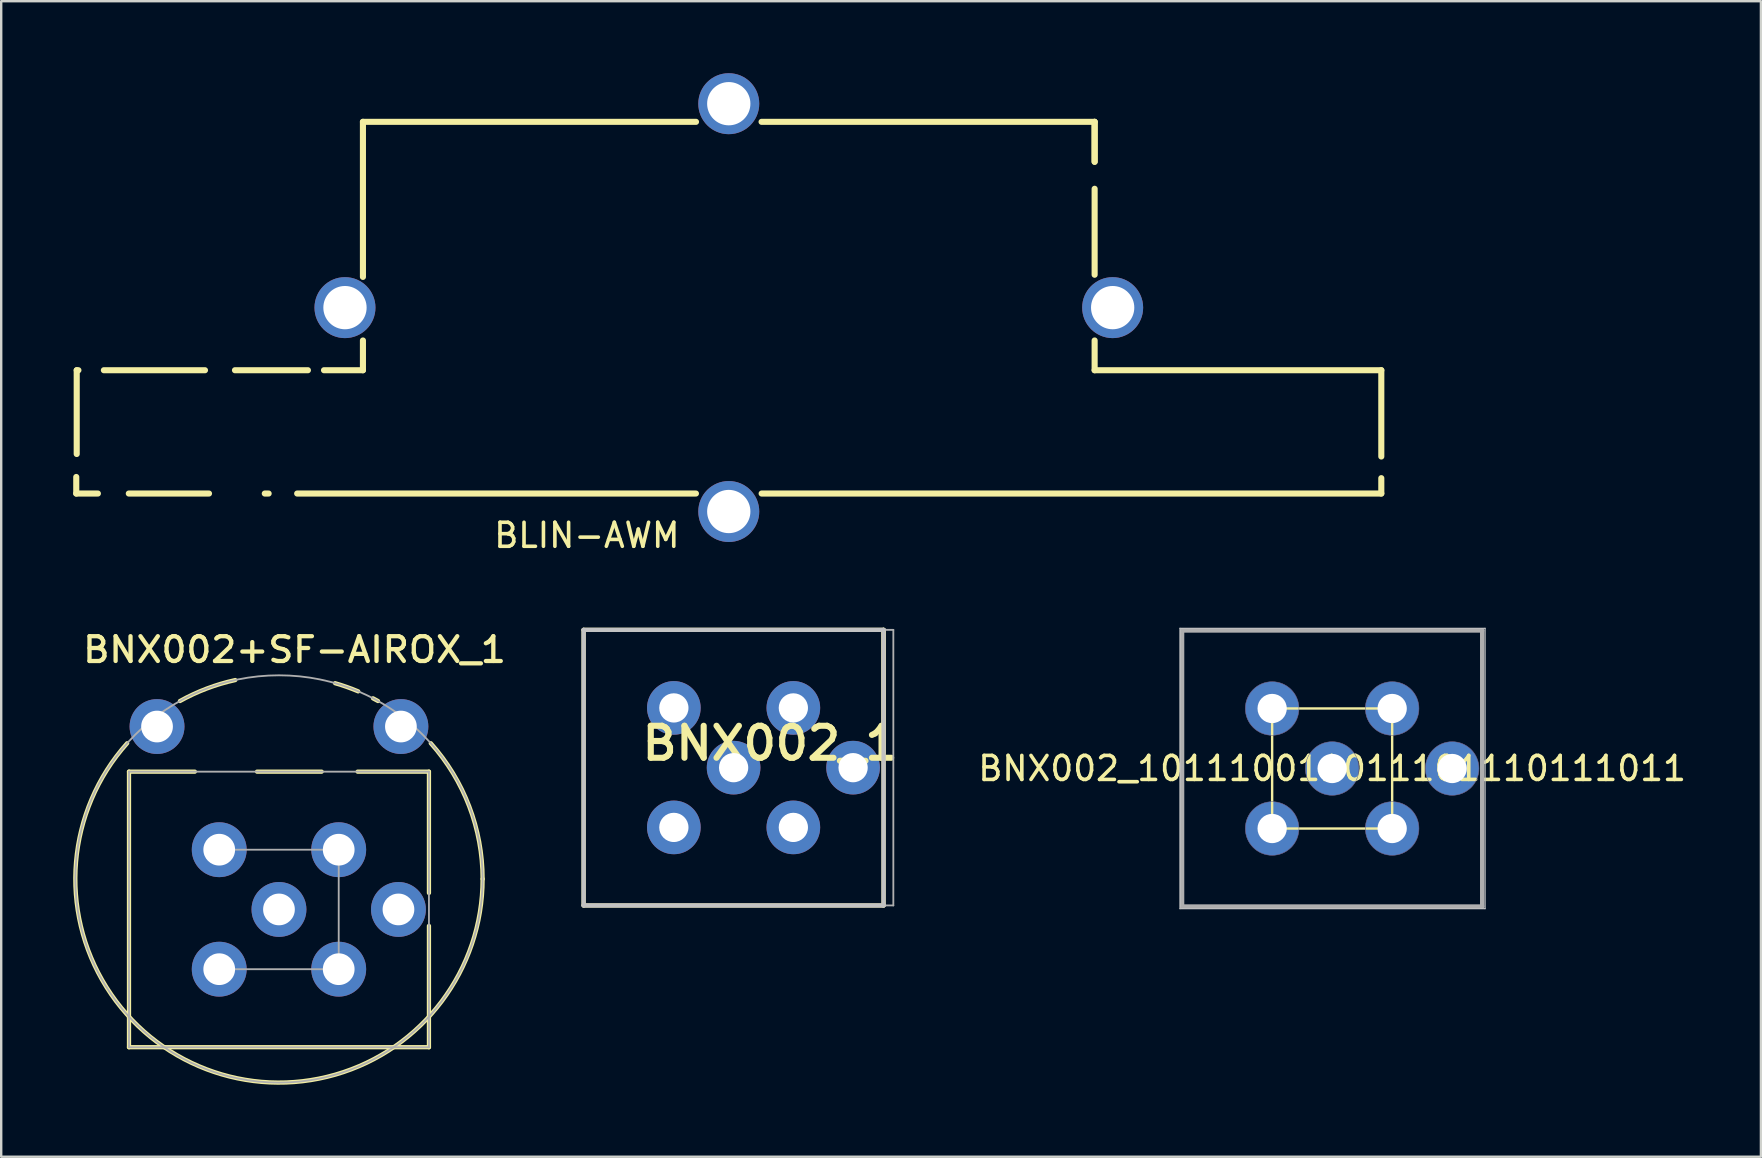
<source format=kicad_pcb>
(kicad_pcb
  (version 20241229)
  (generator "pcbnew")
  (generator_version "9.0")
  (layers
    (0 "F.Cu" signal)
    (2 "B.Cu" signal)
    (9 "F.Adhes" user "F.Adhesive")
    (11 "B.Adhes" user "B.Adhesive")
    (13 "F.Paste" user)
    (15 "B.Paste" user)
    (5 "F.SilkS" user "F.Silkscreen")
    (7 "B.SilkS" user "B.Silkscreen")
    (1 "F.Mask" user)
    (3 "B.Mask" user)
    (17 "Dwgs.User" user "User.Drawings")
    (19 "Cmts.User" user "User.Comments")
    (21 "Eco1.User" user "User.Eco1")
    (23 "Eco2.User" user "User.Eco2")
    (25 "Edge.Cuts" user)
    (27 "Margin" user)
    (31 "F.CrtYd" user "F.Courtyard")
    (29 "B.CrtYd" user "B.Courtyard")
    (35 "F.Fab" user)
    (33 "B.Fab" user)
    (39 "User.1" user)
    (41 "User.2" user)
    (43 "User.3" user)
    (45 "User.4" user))
  (footprint "BNX002_101110011011101110111011"
    (placed yes)
    (layer "F.Cu")
    (at 52.448 28.966)
    (property "Reference" "BNX002_101110011011101110111011" (at 0 0 0) (layer "F.SilkS") (effects (font (size 1 1) (thickness 0.15))))
    (attr through_hole)
    (fp_line (start -6.25 -5.75) (end -6.25 5.75) (stroke (width 0.1) (type solid)) (layer "F.SilkS"))
    (fp_line (start -6.25 5.75) (end 6.25 5.75) (stroke (width 0.1) (type solid)) (layer "F.SilkS"))
    (fp_line (start -2.5 -2.5) (end -2.5 2.5) (stroke (width 0.1) (type solid)) (layer "F.SilkS"))
    (fp_line (start -2.5 2.5) (end 2.5 2.5) (stroke (width 0.1) (type solid)) (layer "F.SilkS"))
    (fp_line (start 2.5 -2.5) (end -2.5 -2.5) (stroke (width 0.1) (type solid)) (layer "F.SilkS"))
    (fp_line (start 2.5 2.5) (end 2.5 -2.5) (stroke (width 0.1) (type solid)) (layer "F.SilkS"))
    (fp_line (start 6.25 -5.75) (end -6.25 -5.75) (stroke (width 0.1) (type solid)) (layer "F.SilkS"))
    (fp_line (start 6.25 5.75) (end 6.25 -5.75) (stroke (width 0.1) (type solid)) (layer "F.SilkS"))
    (fp_line (start -6.34 -5.84) (end 6.372 -5.84) (stroke (width 0.05) (type solid)) (layer "Dwgs.User"))
    (fp_line (start -6.34 5.84) (end -6.34 -5.84) (stroke (width 0.05) (type solid)) (layer "Dwgs.User"))
    (fp_line (start 6.372 -5.84) (end 6.372 5.84) (stroke (width 0.05) (type solid)) (layer "Dwgs.User"))
    (fp_line (start 6.372 5.84) (end -6.34 5.84) (stroke (width 0.05) (type solid)) (layer "Dwgs.User"))
    (fp_arc (start -1.3824 -2.5) (mid -3.6176 -2.5) (end -1.3824 -2.5) (stroke (width 0.02) (type solid)) (layer "B.Fab"))
    (fp_arc (start -1.3824 2.5) (mid -3.6176 2.5) (end -1.3824 2.5) (stroke (width 0.02) (type solid)) (layer "B.Fab"))
    (fp_arc (start 1.1176 0) (mid -1.1176 0) (end 1.1176 0) (stroke (width 0.02) (type solid)) (layer "B.Fab"))
    (fp_arc (start 3.6176 -2.5) (mid 1.3824 -2.5) (end 3.6176 -2.5) (stroke (width 0.02) (type solid)) (layer "B.Fab"))
    (fp_arc (start 3.6176 2.5) (mid 1.3824 2.5) (end 3.6176 2.5) (stroke (width 0.02) (type solid)) (layer "B.Fab"))
    (fp_arc (start 6.1176 0) (mid 3.8824 0) (end 6.1176 0) (stroke (width 0.02) (type solid)) (layer "B.Fab"))
    (fp_line (start -6.25 -5.75) (end -6.25 5.75) (stroke (width 0.18) (type solid)) (layer "F.Fab"))
    (fp_line (start -6.25 5.75) (end 6.25 5.75) (stroke (width 0.18) (type solid)) (layer "F.Fab"))
    (fp_line (start 6.25 -5.75) (end -6.25 -5.75) (stroke (width 0.18) (type solid)) (layer "F.Fab"))
    (fp_line (start 6.25 5.75) (end 6.25 -5.75) (stroke (width 0.18) (type solid)) (layer "F.Fab"))
    (fp_poly (pts (xy -6.25 5.75) (xy -6.25 -5.75) (xy 6.25 -5.75) (xy 6.25 5.75) (xy -6.25 5.75)) (stroke (width 0.02) (type solid)) (fill no) (layer "F.Fab"))
    (pad "B" thru_hole circle (at 2.5 -2.5) (size 2.235 2.235) (drill 1.219) (layers "*.Cu" "*.Mask"))
    (pad "CB" thru_hole circle (at 2.5 2.5) (size 2.235 2.235) (drill 1.219) (layers "*.Cu" "*.Mask"))
    (pad "CG1" thru_hole circle (at -2.5 2.5) (size 2.235 2.235) (drill 1.219) (layers "*.Cu" "*.Mask"))
    (pad "CG2" thru_hole circle (at 0 0) (size 2.235 2.235) (drill 1.219) (layers "*.Cu" "*.Mask"))
    (pad "CG3" thru_hole circle (at 5 0) (size 2.235 2.235) (drill 1.219) (layers "*.Cu" "*.Mask"))
    (pad "PSG" thru_hole circle (at -2.5 -2.5) (size 2.235 2.235) (drill 1.219) (layers "*.Cu" "*.Mask")))
  (footprint "BNX002+SF-AIROX_1"
    (layer "F.Cu")
    (at 8.572 34.838)
    (property "Reference" "BNX002+SF-AIROX_1" (at 0.648 -10.82 0) (unlocked yes) (layer "F.SilkS") (effects (font (size 1.033 1.087) (thickness 0.178))))
    (attr smd)
    (fp_line (start -6.248 -5.74) (end -3.505 -5.74) (stroke (width 0.178) (type solid)) (layer "F.SilkS"))
    (fp_line (start -6.248 5.74) (end -6.248 -5.74) (stroke (width 0.178) (type solid)) (layer "F.SilkS"))
    (fp_line (start -6.248 5.74) (end 6.248 5.74) (stroke (width 0.178) (type solid)) (layer "F.SilkS"))
    (fp_line (start -0.914 -5.74) (end 1.778 -5.74) (stroke (width 0.178) (type solid)) (layer "F.SilkS"))
    (fp_line (start 3.277 -5.74) (end 6.248 -5.74) (stroke (width 0.178) (type solid)) (layer "F.SilkS"))
    (fp_line (start 6.248 -0.686) (end 6.248 -5.74) (stroke (width 0.178) (type solid)) (layer "F.SilkS"))
    (fp_line (start 6.248 5.74) (end 6.248 0.686) (stroke (width 0.178) (type solid)) (layer "F.SilkS"))
    (fp_arc (start -4.125875 -8.682734) (mid -3.005664 -9.203313) (end -1.821729 -9.555697) (stroke (width 0.1778) (type solid)) (layer "F.SilkS"))
    (fp_arc (start 2.338397 -9.42496) (mid 2.824904 -9.269462) (end 3.301172 -9.084969) (stroke (width 0.1778) (type solid)) (layer "F.SilkS"))
    (fp_arc (start 3.917291 -8.795045) (mid 4.021975 -8.739618) (end 4.125875 -8.682734) (stroke (width 0.1778) (type solid)) (layer "F.SilkS"))
    (fp_arc (start 6.32432 -6.924595) (mid 7.925417 -4.296423) (end 8.4836 -1.27) (stroke (width 0.1778) (type solid)) (layer "F.SilkS"))
    (fp_arc (start 8.4836 -1.27) (mid -3.026423 6.655417) (end -6.32432 -6.924595) (stroke (width 0.1778) (type solid)) (layer "F.SilkS"))
    (fp_line (start -6.248 -5.74) (end 6.248 -5.74) (stroke (width 0.076) (type solid)) (layer "F.Fab"))
    (fp_line (start -6.248 5.74) (end -6.248 -5.74) (stroke (width 0.076) (type solid)) (layer "F.Fab"))
    (fp_line (start -6.248 5.74) (end 6.248 5.74) (stroke (width 0.076) (type solid)) (layer "F.Fab"))
    (fp_line (start -2.489 -2.489) (end 2.489 -2.489) (stroke (width 0.076) (type solid)) (layer "F.Fab"))
    (fp_line (start -2.489 2.489) (end 2.489 2.489) (stroke (width 0.076) (type solid)) (layer "F.Fab"))
    (fp_line (start 2.489 2.489) (end 2.489 -2.489) (stroke (width 0.076) (type solid)) (layer "F.Fab"))
    (fp_line (start 6.248 5.74) (end 6.248 -5.74) (stroke (width 0.076) (type solid)) (layer "F.Fab"))
    (fp_circle (center 0 -1.27) (end 8.484 -1.27) (stroke (width 0.076) (type solid)) (fill no) (layer "F.Fab"))
    (pad "1" thru_hole circle (at -5.08 -7.62) (size 2.286 2.286) (drill 1.321) (layers "*.Cu" "*.Mask"))
    (pad "4" thru_hole circle (at 5.08 -7.62) (size 2.286 2.286) (drill 1.321) (layers "*.Cu" "*.Mask"))
    (pad "B" thru_hole circle (at 2.489 -2.489) (size 2.286 2.286) (drill 1.321) (layers "*.Cu" "*.Mask"))
    (pad "CB" thru_hole circle (at 2.489 2.489) (size 2.286 2.286) (drill 1.321) (layers "*.Cu" "*.Mask"))
    (pad "CG1" thru_hole circle (at -2.489 2.489) (size 2.286 2.286) (drill 1.321) (layers "*.Cu" "*.Mask"))
    (pad "CG2" thru_hole circle (at 0 0) (size 2.286 2.286) (drill 1.321) (layers "*.Cu" "*.Mask"))
    (pad "CG3" thru_hole circle (at 4.978 0) (size 2.286 2.286) (drill 1.321) (layers "*.Cu" "*.Mask"))
    (pad "PSG" thru_hole circle (at -2.489 -2.489) (size 2.286 2.286) (drill 1.321) (layers "*.Cu" "*.Mask")))
  (footprint "BLIN-AWM"
    (layer "F.Cu")
    (at 27.313 13.373)
    (property "Reference" "BLIN-AWM" (at -5.913 5.88 0) (layer "F.SilkS") (effects (font (size 1 1) (thickness 0.15))))
    (attr through_hole)
    (fp_line (start -27.186 3.448) (end -27.186 4.138) (stroke (width 0.254) (type solid)) (layer "F.SilkS"))
    (fp_line (start -27.186 4.138) (end -26.285 4.138) (stroke (width 0.254) (type solid)) (layer "F.SilkS"))
    (fp_line (start -27.167 -0.999) (end -27.167 2.491) (stroke (width 0.254) (type solid)) (layer "F.SilkS"))
    (fp_line (start -27.096 -0.999) (end -27.167 -0.999) (stroke (width 0.254) (type solid)) (layer "F.SilkS"))
    (fp_line (start -24.997 4.138) (end -21.656 4.138) (stroke (width 0.254) (type solid)) (layer "F.SilkS"))
    (fp_line (start -21.823 -0.999) (end -26.036 -0.999) (stroke (width 0.254) (type solid)) (layer "F.SilkS"))
    (fp_line (start -19.332 4.138) (end -19.171 4.138) (stroke (width 0.254) (type solid)) (layer "F.SilkS"))
    (fp_line (start -17.983 4.138) (end -1.37 4.138) (stroke (width 0.254) (type solid)) (layer "F.SilkS"))
    (fp_line (start -17.535 -0.999) (end -20.574 -0.999) (stroke (width 0.254) (type solid)) (layer "F.SilkS"))
    (fp_line (start -15.243 -2.239) (end -15.243 -0.999) (stroke (width 0.254) (type solid)) (layer "F.SilkS"))
    (fp_line (start -15.243 -0.999) (end -16.865 -0.999) (stroke (width 0.254) (type solid)) (layer "F.SilkS"))
    (fp_line (start -15.243 -11.347) (end -1.367 -11.347) (stroke (width 0.254) (type solid)) (layer "F.SilkS"))
    (fp_line (start -15.243 -4.887) (end -15.243 -11.347) (stroke (width 0.254) (type solid)) (layer "F.SilkS"))
    (fp_line (start 1.364 -11.347) (end 15.24 -11.347) (stroke (width 0.254) (type solid)) (layer "F.SilkS"))
    (fp_line (start 1.367 4.138) (end 27.183 4.138) (stroke (width 0.254) (type solid)) (layer "F.SilkS"))
    (fp_line (start 15.24 -11.347) (end 15.24 -9.683) (stroke (width 0.254) (type solid)) (layer "F.SilkS"))
    (fp_line (start 15.24 -11.347) (end 15.24 -9.683) (stroke (width 0.254) (type solid)) (layer "F.SilkS"))
    (fp_line (start 15.24 -8.558) (end 15.24 -4.977) (stroke (width 0.254) (type solid)) (layer "F.SilkS"))
    (fp_line (start 15.24 -0.999) (end 15.24 -2.239) (stroke (width 0.254) (type solid)) (layer "F.SilkS"))
    (fp_line (start 27.183 -0.999) (end 15.24 -0.999) (stroke (width 0.254) (type solid)) (layer "F.SilkS"))
    (fp_line (start 27.183 2.596) (end 27.183 -0.999) (stroke (width 0.254) (type solid)) (layer "F.SilkS"))
    (fp_line (start 27.183 4.138) (end 27.183 3.497) (stroke (width 0.254) (type solid)) (layer "F.SilkS"))
    (pad "1" thru_hole circle (at -15.991 -3.607) (size 2.54 2.54) (drill 1.803) (layers "*.Cu" "*.Mask"))
    (pad "2" thru_hole circle (at -0.002 4.887) (size 2.54 2.54) (drill 1.803) (layers "*.Cu" "*.Mask"))
    (pad "3" thru_hole circle (at 15.991 -3.607) (size 2.54 2.54) (drill 1.803) (layers "*.Cu" "*.Mask"))
    (pad "4" thru_hole circle (at -0.002 -12.103) (size 2.54 2.54) (drill 1.803) (layers "*.Cu" "*.Mask")))
  (footprint "BNX002_1"
    (layer "F.Cu")
    (at 27.512 28.931)
    (property "Reference" "BNX002_1" (at 1.524 -1.016 0) (unlocked yes) (layer "F.SilkS") (effects (font (size 1.333 1.402) (thickness 0.254))))
    (attr smd)
    (fp_line (start -6.248 -5.74) (end 6.248 -5.74) (stroke (width 0.178) (type solid)) (layer "F.SilkS"))
    (fp_line (start -6.248 5.74) (end -6.248 -5.74) (stroke (width 0.178) (type solid)) (layer "F.SilkS"))
    (fp_line (start -6.248 5.74) (end 6.248 5.74) (stroke (width 0.178) (type solid)) (layer "F.SilkS"))
    (fp_line (start 6.248 -0.635) (end 6.248 -5.74) (stroke (width 0.178) (type solid)) (layer "F.SilkS"))
    (fp_line (start 6.248 5.74) (end 6.248 -5.74) (stroke (width 0.178) (type solid)) (layer "F.SilkS"))
    (fp_line (start -6.248 -5.74) (end 6.248 -5.74) (stroke (width 0.178) (type solid)) (layer "Dwgs.User"))
    (fp_line (start -6.248 5.74) (end -6.248 -5.74) (stroke (width 0.178) (type solid)) (layer "Dwgs.User"))
    (fp_line (start -6.248 5.74) (end 6.248 5.74) (stroke (width 0.178) (type solid)) (layer "Dwgs.User"))
    (fp_line (start 6.248 5.74) (end 6.248 -5.74) (stroke (width 0.178) (type solid)) (layer "Dwgs.User"))
    (fp_line (start -6.248 -5.74) (end 6.655 -5.74) (stroke (width 0.076) (type solid)) (layer "F.Fab"))
    (fp_line (start -6.248 5.74) (end -6.248 -5.74) (stroke (width 0.076) (type solid)) (layer "F.Fab"))
    (fp_line (start -6.248 5.74) (end 6.655 5.74) (stroke (width 0.076) (type solid)) (layer "F.Fab"))
    (fp_line (start 6.655 5.74) (end 6.655 -5.74) (stroke (width 0.076) (type solid)) (layer "F.Fab"))
    (pad "B" thru_hole circle (at 2.489 -2.489) (size 2.235 2.235) (drill 1.219) (layers "*.Cu" "*.Mask"))
    (pad "CB" thru_hole circle (at 2.489 2.489) (size 2.235 2.235) (drill 1.219) (layers "*.Cu" "*.Mask"))
    (pad "CG1" thru_hole circle (at -2.489 2.489) (size 2.235 2.235) (drill 1.219) (layers "*.Cu" "*.Mask"))
    (pad "CG2" thru_hole circle (at 0 0) (size 2.235 2.235) (drill 1.219) (layers "*.Cu" "*.Mask"))
    (pad "CG3" thru_hole circle (at 4.978 0) (size 2.235 2.235) (drill 1.219) (layers "*.Cu" "*.Mask"))
    (pad "PSG" thru_hole circle (at -2.489 -2.489) (size 2.235 2.235) (drill 1.219) (layers "*.Cu" "*.Mask")))
  (gr_rect
    (start -3 -3)
    (end 70.311 45.141)
    (stroke (width 0.1) (type default))
    (fill no)
    (layer "Edge.Cuts")))
</source>
